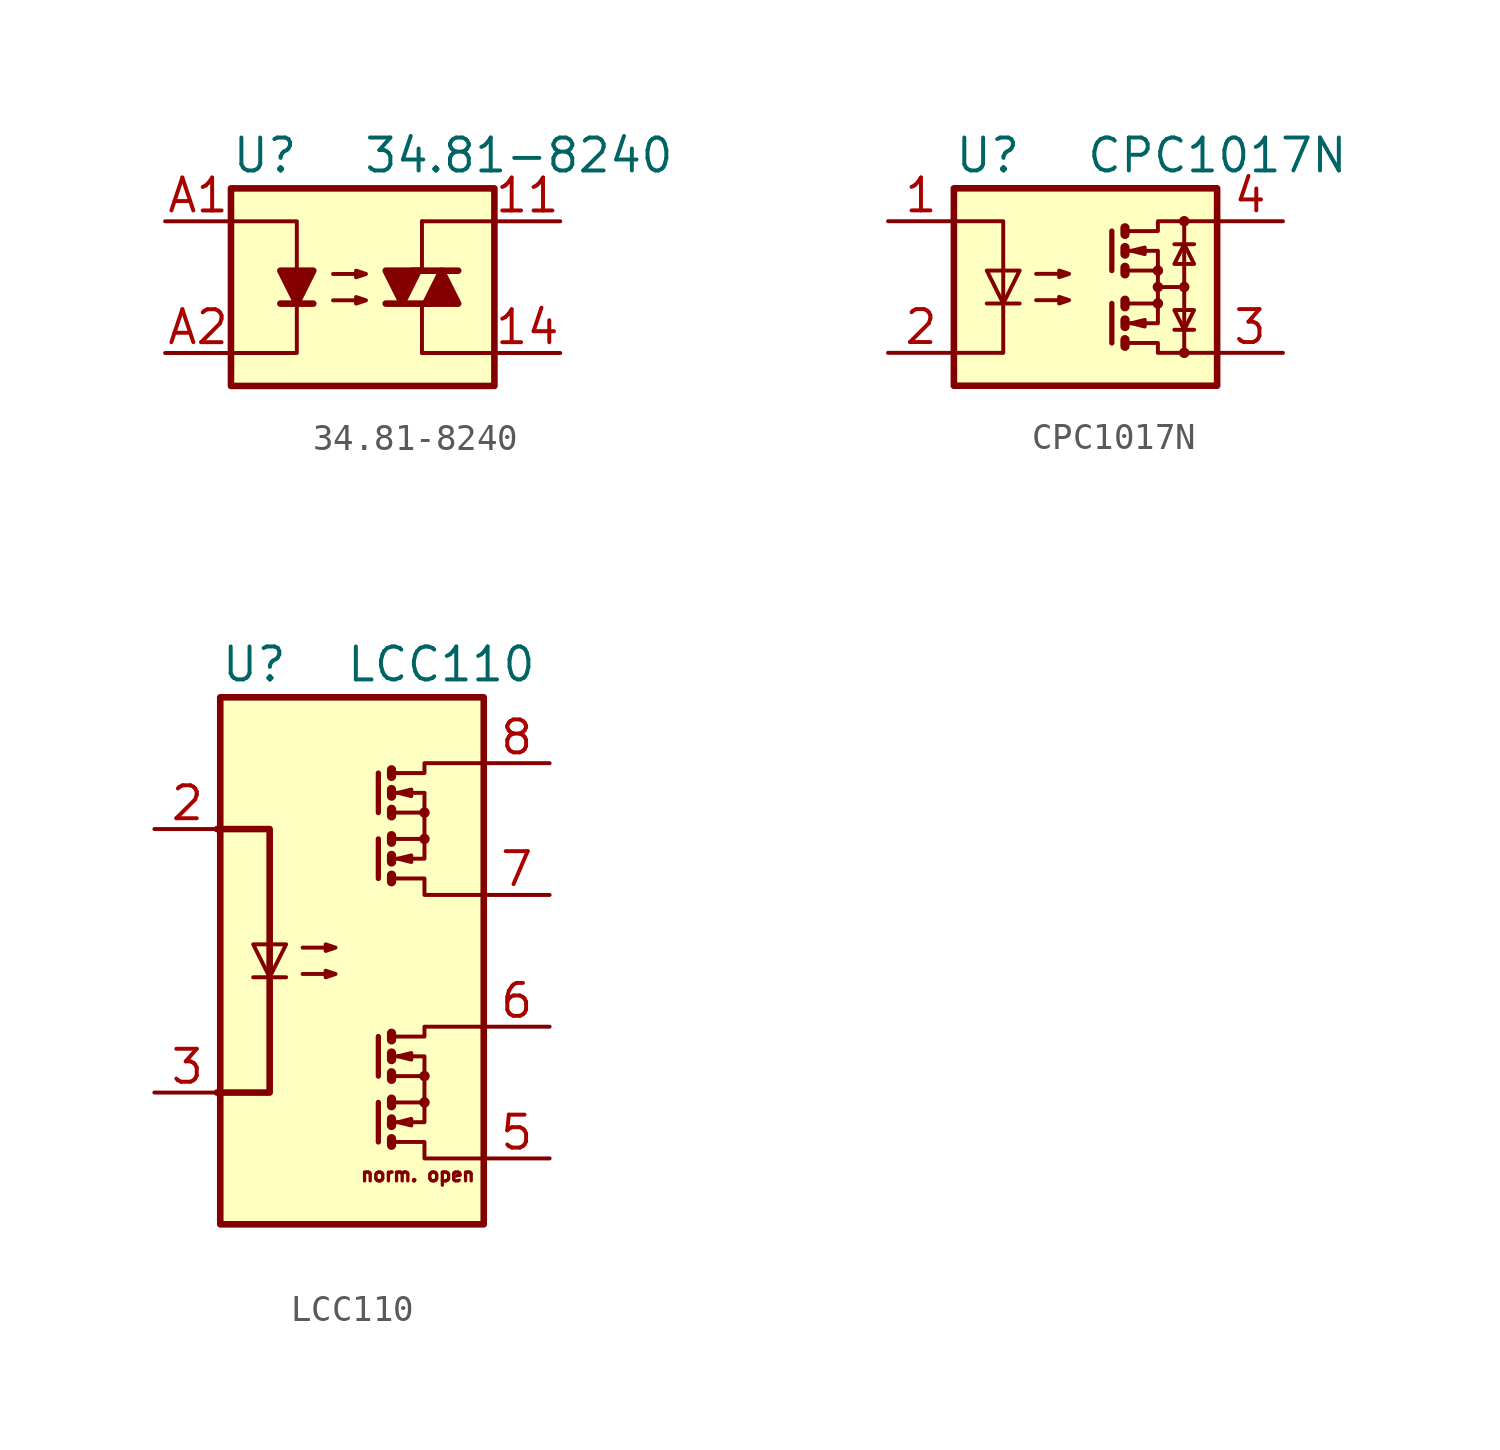
<source format=kicad_sym>
(kicad_symbol_lib
  (version 20201005)
  (generator kicad_symbol_editor)
  (symbol "34.81-8240"
    (pin_names
      (offset 1.016))
    (property "Reference" "U"
      (at -5.08 5.08 0)
      (effects (font (size 1.27 1.27)) (justify left)))
    (property "Value" "34.81-8240"
      (at 0 5.08 0)
      (effects (font (size 1.27 1.27)) (justify left)))
    (symbol "34.81-8240_0_1"
      (rectangle (start -5.08 3.81) (end 5.08 -3.81) (stroke (width 0.254)) (fill (type background)))
      (polyline (pts (xy -3.175 -0.635) (xy -1.905 -0.635)) (stroke (width 0.254)) (fill (type none)))
      (polyline (pts (xy 1.905 0.635) (xy 3.683 0.635)) (stroke (width 0.254)) (fill (type none)))
      (polyline (pts (xy 2.286 -2.54) (xy 2.286 -0.635)) (stroke (width 0)) (fill (type none)))
      (polyline (pts (xy 2.286 -2.54) (xy 5.08 -2.54)) (stroke (width 0)) (fill (type none)))
      (polyline (pts (xy 2.286 2.54) (xy 2.286 0.635)) (stroke (width 0)) (fill (type none)))
      (polyline (pts (xy 2.286 2.54) (xy 5.08 2.54)) (stroke (width 0)) (fill (type none)))
      (polyline (pts (xy 2.667 -0.635) (xy 0.889 -0.635)) (stroke (width 0.254)) (fill (type none)))
      (polyline (pts (xy -5.08 2.54) (xy -2.54 2.54) (xy -2.54 0.635)) (stroke (width 0)) (fill (type none)))
      (polyline (pts (xy -2.54 -0.635) (xy -2.54 -2.54) (xy -5.08 -2.54)) (stroke (width 0)) (fill (type none)))
      (polyline (pts (xy -2.54 -0.635) (xy -3.175 0.635) (xy -1.905 0.635) (xy -2.54 -0.635)) (stroke (width 0.254)) (fill (type outline)))
      (polyline (pts (xy 1.524 -0.635) (xy 2.159 0.635) (xy 0.889 0.635) (xy 1.524 -0.635)) (stroke (width 0.254)) (fill (type outline)))
      (polyline (pts (xy 3.048 0.635) (xy 2.413 -0.635) (xy 3.683 -0.635) (xy 3.048 0.635)) (stroke (width 0.254)) (fill (type outline)))
      (polyline (pts (xy -1.143 -0.508) (xy 0.127 -0.508) (xy -0.254 -0.635) (xy -0.254 -0.381) (xy 0.127 -0.508)) (stroke (width 0)) (fill (type none)))
      (polyline (pts (xy -1.143 0.508) (xy 0.127 0.508) (xy -0.254 0.381) (xy -0.254 0.635) (xy 0.127 0.508)) (stroke (width 0)) (fill (type none))))
    (symbol "34.81-8240_1_1"
      (pin passive line (at 7.62 2.54 180) (length 2.54) (name "~" (effects (font (size 1.27 1.27)))) (number "11" (effects (font (size 1.27 1.27)))))
      (pin passive line (at 7.62 -2.54 180) (length 2.54) (name "~" (effects (font (size 1.27 1.27)))) (number "14" (effects (font (size 1.27 1.27)))))
      (pin passive line (at -7.62 2.54 0) (length 2.54) (name "~" (effects (font (size 1.27 1.27)))) (number "A1" (effects (font (size 1.27 1.27)))))
      (pin passive line (at -7.62 -2.54 0) (length 2.54) (name "~" (effects (font (size 1.27 1.27)))) (number "A2" (effects (font (size 1.27 1.27)))))))
  (symbol "CPC1017N"
    (pin_names
      (offset 1.016))
    (property "Reference" "U"
      (at -5.08 5.08 0)
      (effects (font (size 1.27 1.27)) (justify left)))
    (property "Value" "CPC1017N"
      (at 0 5.08 0)
      (effects (font (size 1.27 1.27)) (justify left)))
    (symbol "CPC1017N_0_1"
      (circle (center 2.794 -0.635) (radius 0.127) (stroke (width 0)) (fill (type none)))
      (circle (center 2.794 0) (radius 0.127) (stroke (width 0)) (fill (type none)))
      (circle (center 2.794 0.635) (radius 0.127) (stroke (width 0)) (fill (type none)))
      (circle (center 3.81 -2.54) (radius 0.127) (stroke (width 0)) (fill (type none)))
      (circle (center 3.81 0) (radius 0.127) (stroke (width 0)) (fill (type none)))
      (circle (center 3.81 2.54) (radius 0.127) (stroke (width 0)) (fill (type none)))
      (rectangle (start -5.08 3.81) (end 5.08 -3.81) (stroke (width 0.254)) (fill (type background)))
      (polyline (pts (xy -3.81 -0.635) (xy -2.54 -0.635)) (stroke (width 0)) (fill (type none)))
      (polyline (pts (xy -3.175 0.635) (xy -3.175 -0.635)) (stroke (width 0)) (fill (type none)))
      (polyline (pts (xy 1.016 -0.635) (xy 1.016 -2.159)) (stroke (width 0.203)) (fill (type none)))
      (polyline (pts (xy 1.016 2.159) (xy 1.016 0.635)) (stroke (width 0.203)) (fill (type none)))
      (polyline (pts (xy 1.524 -0.508) (xy 1.524 -0.762)) (stroke (width 0.356)) (fill (type none)))
      (polyline (pts (xy 2.794 0) (xy 3.81 0)) (stroke (width 0)) (fill (type none)))
      (polyline (pts (xy 3.429 -1.651) (xy 4.191 -1.651)) (stroke (width 0)) (fill (type none)))
      (polyline (pts (xy 3.429 1.651) (xy 4.191 1.651)) (stroke (width 0)) (fill (type none)))
      (polyline (pts (xy 3.81 0) (xy 3.81 -2.54)) (stroke (width 0)) (fill (type none)))
      (polyline (pts (xy 3.81 0) (xy 3.81 2.54)) (stroke (width 0)) (fill (type none)))
      (polyline (pts (xy -5.08 2.54) (xy -3.175 2.54) (xy -3.175 0.635)) (stroke (width 0)) (fill (type none)))
      (polyline (pts (xy -3.175 -0.635) (xy -3.175 -2.54) (xy -5.08 -2.54)) (stroke (width 0)) (fill (type none)))
      (polyline (pts (xy 1.524 -2.032) (xy 1.524 -2.286) (xy 1.524 -2.286)) (stroke (width 0.356)) (fill (type none)))
      (polyline (pts (xy 1.524 -1.27) (xy 1.524 -1.524) (xy 1.524 -1.524)) (stroke (width 0.356)) (fill (type none)))
      (polyline (pts (xy 1.524 0.762) (xy 1.524 0.508) (xy 1.524 0.508)) (stroke (width 0.356)) (fill (type none)))
      (polyline (pts (xy 1.524 1.524) (xy 1.524 1.27) (xy 1.524 1.27)) (stroke (width 0.356)) (fill (type none)))
      (polyline (pts (xy 1.524 2.286) (xy 1.524 2.032) (xy 1.524 2.032)) (stroke (width 0.356)) (fill (type none)))
      (polyline (pts (xy 1.651 -1.397) (xy 2.794 -1.397) (xy 2.794 -0.635)) (stroke (width 0)) (fill (type none)))
      (polyline (pts (xy 1.651 1.397) (xy 2.794 1.397) (xy 2.794 0.635)) (stroke (width 0)) (fill (type none)))
      (polyline (pts (xy -3.175 -0.635) (xy -3.81 0.635) (xy -2.54 0.635) (xy -3.175 -0.635)) (stroke (width 0)) (fill (type none)))
      (polyline (pts (xy 1.651 -2.159) (xy 2.794 -2.159) (xy 2.794 -2.54) (xy 5.08 -2.54)) (stroke (width 0)) (fill (type none)))
      (polyline (pts (xy 1.651 -0.635) (xy 2.794 -0.635) (xy 2.794 0.635) (xy 1.651 0.635)) (stroke (width 0)) (fill (type none)))
      (polyline (pts (xy 1.651 2.159) (xy 2.794 2.159) (xy 2.794 2.54) (xy 5.08 2.54)) (stroke (width 0)) (fill (type none)))
      (polyline (pts (xy 1.778 -1.397) (xy 2.286 -1.27) (xy 2.286 -1.524) (xy 1.778 -1.397)) (stroke (width 0)) (fill (type none)))
      (polyline (pts (xy 1.778 1.397) (xy 2.286 1.524) (xy 2.286 1.27) (xy 1.778 1.397)) (stroke (width 0)) (fill (type none)))
      (polyline (pts (xy 3.81 -1.651) (xy 3.429 -0.889) (xy 4.191 -0.889) (xy 3.81 -1.651)) (stroke (width 0)) (fill (type none)))
      (polyline (pts (xy 3.81 1.651) (xy 3.429 0.889) (xy 4.191 0.889) (xy 3.81 1.651)) (stroke (width 0)) (fill (type none)))
      (polyline (pts (xy -1.905 -0.508) (xy -0.635 -0.508) (xy -1.016 -0.635) (xy -1.016 -0.381) (xy -0.635 -0.508)) (stroke (width 0)) (fill (type none)))
      (polyline (pts (xy -1.905 0.508) (xy -0.635 0.508) (xy -1.016 0.381) (xy -1.016 0.635) (xy -0.635 0.508)) (stroke (width 0)) (fill (type none))))
    (symbol "CPC1017N_1_1"
      (pin passive line (at -7.62 2.54 0) (length 2.54) (name "~" (effects (font (size 1.27 1.27)))) (number "1" (effects (font (size 1.27 1.27)))))
      (pin passive line (at -7.62 -2.54 0) (length 2.54) (name "~" (effects (font (size 1.27 1.27)))) (number "2" (effects (font (size 1.27 1.27)))))
      (pin passive line (at 7.62 -2.54 180) (length 2.54) (name "~" (effects (font (size 1.27 1.27)))) (number "3" (effects (font (size 1.27 1.27)))))
      (pin passive line (at 7.62 2.54 180) (length 2.54) (name "~" (effects (font (size 1.27 1.27)))) (number "4" (effects (font (size 1.27 1.27)))))))
  (symbol "LCC110"
    (pin_names
      (offset 1.016))
    (property "Reference" "U"
      (at -5.08 11.43 0)
      (effects (font (size 1.27 1.27)) (justify left)))
    (property "Value" "LCC110"
      (at -0.254 11.43 0)
      (effects (font (size 1.27 1.27)) (justify left)))
    (symbol "LCC110_0_0"
      (text "norm. open" (at 2.54 -8.255 0) (effects (font (size 0.508 0.508)))))
    (symbol "LCC110_0_1"
      (circle (center 2.794 -5.461) (radius 0.127) (stroke (width 0)) (fill (type none)))
      (circle (center 2.794 -4.445) (radius 0.127) (stroke (width 0)) (fill (type none)))
      (circle (center 2.794 4.699) (radius 0.127) (stroke (width 0)) (fill (type none)))
      (circle (center 2.794 5.715) (radius 0.127) (stroke (width 0)) (fill (type none)))
      (rectangle (start 5.08 -10.16) (end -5.08 10.16) (stroke (width 0.254)) (fill (type background)))
      (polyline (pts (xy -3.81 -0.635) (xy -2.54 -0.635)) (stroke (width 0)) (fill (type none)))
      (polyline (pts (xy -3.175 0.635) (xy -3.175 -0.635)) (stroke (width 0)) (fill (type none)))
      (polyline (pts (xy 1.016 -5.461) (xy 1.016 -6.985)) (stroke (width 0.203)) (fill (type none)))
      (polyline (pts (xy 1.016 -2.921) (xy 1.016 -4.445)) (stroke (width 0.203)) (fill (type none)))
      (polyline (pts (xy 1.016 4.699) (xy 1.016 3.175)) (stroke (width 0.203)) (fill (type none)))
      (polyline (pts (xy 1.016 7.239) (xy 1.016 5.715)) (stroke (width 0.203)) (fill (type none)))
      (polyline (pts (xy 1.524 -6.858) (xy 1.524 -7.112) (xy 1.524 -7.112)) (stroke (width 0.356)) (fill (type none)))
      (polyline (pts (xy 1.524 -6.096) (xy 1.524 -6.35) (xy 1.524 -6.35)) (stroke (width 0.356)) (fill (type none)))
      (polyline (pts (xy 1.524 -5.334) (xy 1.524 -5.588) (xy 1.524 -5.588)) (stroke (width 0.356)) (fill (type none)))
      (polyline (pts (xy 1.524 -4.318) (xy 1.524 -4.572) (xy 1.524 -4.572)) (stroke (width 0.356)) (fill (type none)))
      (polyline (pts (xy 1.524 -3.556) (xy 1.524 -3.81) (xy 1.524 -3.81)) (stroke (width 0.356)) (fill (type none)))
      (polyline (pts (xy 1.524 -2.794) (xy 1.524 -3.048) (xy 1.524 -3.048)) (stroke (width 0.356)) (fill (type none)))
      (polyline (pts (xy 1.524 3.302) (xy 1.524 3.048) (xy 1.524 3.048)) (stroke (width 0.356)) (fill (type none)))
      (polyline (pts (xy 1.524 4.064) (xy 1.524 3.81) (xy 1.524 3.81)) (stroke (width 0.356)) (fill (type none)))
      (polyline (pts (xy 1.524 4.826) (xy 1.524 4.572) (xy 1.524 4.572)) (stroke (width 0.356)) (fill (type none)))
      (polyline (pts (xy 1.524 5.842) (xy 1.524 5.588) (xy 1.524 5.588)) (stroke (width 0.356)) (fill (type none)))
      (polyline (pts (xy 1.524 6.604) (xy 1.524 6.35) (xy 1.524 6.35)) (stroke (width 0.356)) (fill (type none)))
      (polyline (pts (xy 1.524 7.366) (xy 1.524 7.112) (xy 1.524 7.112)) (stroke (width 0.356)) (fill (type none)))
      (polyline (pts (xy 1.651 -3.683) (xy 2.794 -3.683) (xy 2.794 -4.445)) (stroke (width 0)) (fill (type none)))
      (polyline (pts (xy 1.651 6.477) (xy 2.794 6.477) (xy 2.794 5.715)) (stroke (width 0)) (fill (type none)))
      (polyline (pts (xy -5.207 5.08) (xy -3.175 5.08) (xy -3.175 -5.08) (xy -5.207 -5.08)) (stroke (width 0.254)) (fill (type none)))
      (polyline (pts (xy -3.175 -0.635) (xy -3.81 0.635) (xy -2.54 0.635) (xy -3.175 -0.635)) (stroke (width 0)) (fill (type none)))
      (polyline (pts (xy 1.651 -2.921) (xy 2.794 -2.921) (xy 2.794 -2.54) (xy 5.08 -2.54)) (stroke (width 0)) (fill (type none)))
      (polyline (pts (xy 1.651 7.239) (xy 2.794 7.239) (xy 2.794 7.62) (xy 5.08 7.62)) (stroke (width 0)) (fill (type none)))
      (polyline (pts (xy 1.778 -6.223) (xy 2.286 -6.096) (xy 2.286 -6.35) (xy 1.778 -6.223)) (stroke (width 0)) (fill (type none)))
      (polyline (pts (xy 1.778 -3.683) (xy 2.286 -3.556) (xy 2.286 -3.81) (xy 1.778 -3.683)) (stroke (width 0)) (fill (type none)))
      (polyline (pts (xy 1.778 3.937) (xy 2.286 4.064) (xy 2.286 3.81) (xy 1.778 3.937)) (stroke (width 0)) (fill (type none)))
      (polyline (pts (xy 1.778 6.477) (xy 2.286 6.604) (xy 2.286 6.35) (xy 1.778 6.477)) (stroke (width 0)) (fill (type none)))
      (polyline (pts (xy -1.905 -0.508) (xy -0.635 -0.508) (xy -1.016 -0.635) (xy -1.016 -0.381) (xy -0.635 -0.508)) (stroke (width 0)) (fill (type none)))
      (polyline (pts (xy -1.905 0.508) (xy -0.635 0.508) (xy -1.016 0.381) (xy -1.016 0.635) (xy -0.635 0.508)) (stroke (width 0)) (fill (type none))))
    (symbol "LCC110_1_1"
      (polyline (pts (xy 1.524 -6.223) (xy 2.794 -6.223) (xy 2.794 -5.461)) (stroke (width 0)) (fill (type none)))
      (polyline (pts (xy 1.524 3.937) (xy 2.794 3.937) (xy 2.794 4.699)) (stroke (width 0)) (fill (type none)))
      (polyline (pts (xy 1.524 -6.985) (xy 2.794 -6.985) (xy 2.794 -7.62) (xy 5.08 -7.62)) (stroke (width 0)) (fill (type none)))
      (polyline (pts (xy 1.524 -4.445) (xy 2.794 -4.445) (xy 2.794 -5.461) (xy 1.524 -5.461)) (stroke (width 0)) (fill (type none)))
      (polyline (pts (xy 1.524 3.175) (xy 2.794 3.175) (xy 2.794 2.54) (xy 5.08 2.54)) (stroke (width 0)) (fill (type none)))
      (polyline (pts (xy 1.524 5.715) (xy 2.794 5.715) (xy 2.794 4.699) (xy 1.524 4.699)) (stroke (width 0)) (fill (type none)))
      (pin no_connect line (at -5.08 7.62 0) (length 2.54) hide (name "nc" (effects (font (size 1.27 1.27)))) (number "1" (effects (font (size 1.27 1.27)))))
      (pin passive line (at -7.62 5.08 0) (length 2.54) (name "~" (effects (font (size 1.27 1.27)))) (number "2" (effects (font (size 1.27 1.27)))))
      (pin passive line (at -7.62 -5.08 0) (length 2.54) (name "~" (effects (font (size 1.27 1.27)))) (number "3" (effects (font (size 1.27 1.27)))))
      (pin no_connect line (at -5.08 -7.62 0) (length 2.54) hide (name "nc" (effects (font (size 1.27 1.27)))) (number "4" (effects (font (size 1.27 1.27)))))
      (pin passive line (at 7.62 -7.62 180) (length 2.54) (name "~" (effects (font (size 1.27 1.27)))) (number "5" (effects (font (size 1.27 1.27)))))
      (pin passive line (at 7.62 -2.54 180) (length 2.54) (name "~" (effects (font (size 1.27 1.27)))) (number "6" (effects (font (size 1.27 1.27)))))
      (pin passive line (at 7.62 2.54 180) (length 2.54) (name "~" (effects (font (size 1.27 1.27)))) (number "7" (effects (font (size 1.27 1.27)))))
      (pin passive line (at 7.62 7.62 180) (length 2.54) (name "~" (effects (font (size 1.27 1.27)))) (number "8" (effects (font (size 1.27 1.27))))))))
</source>
